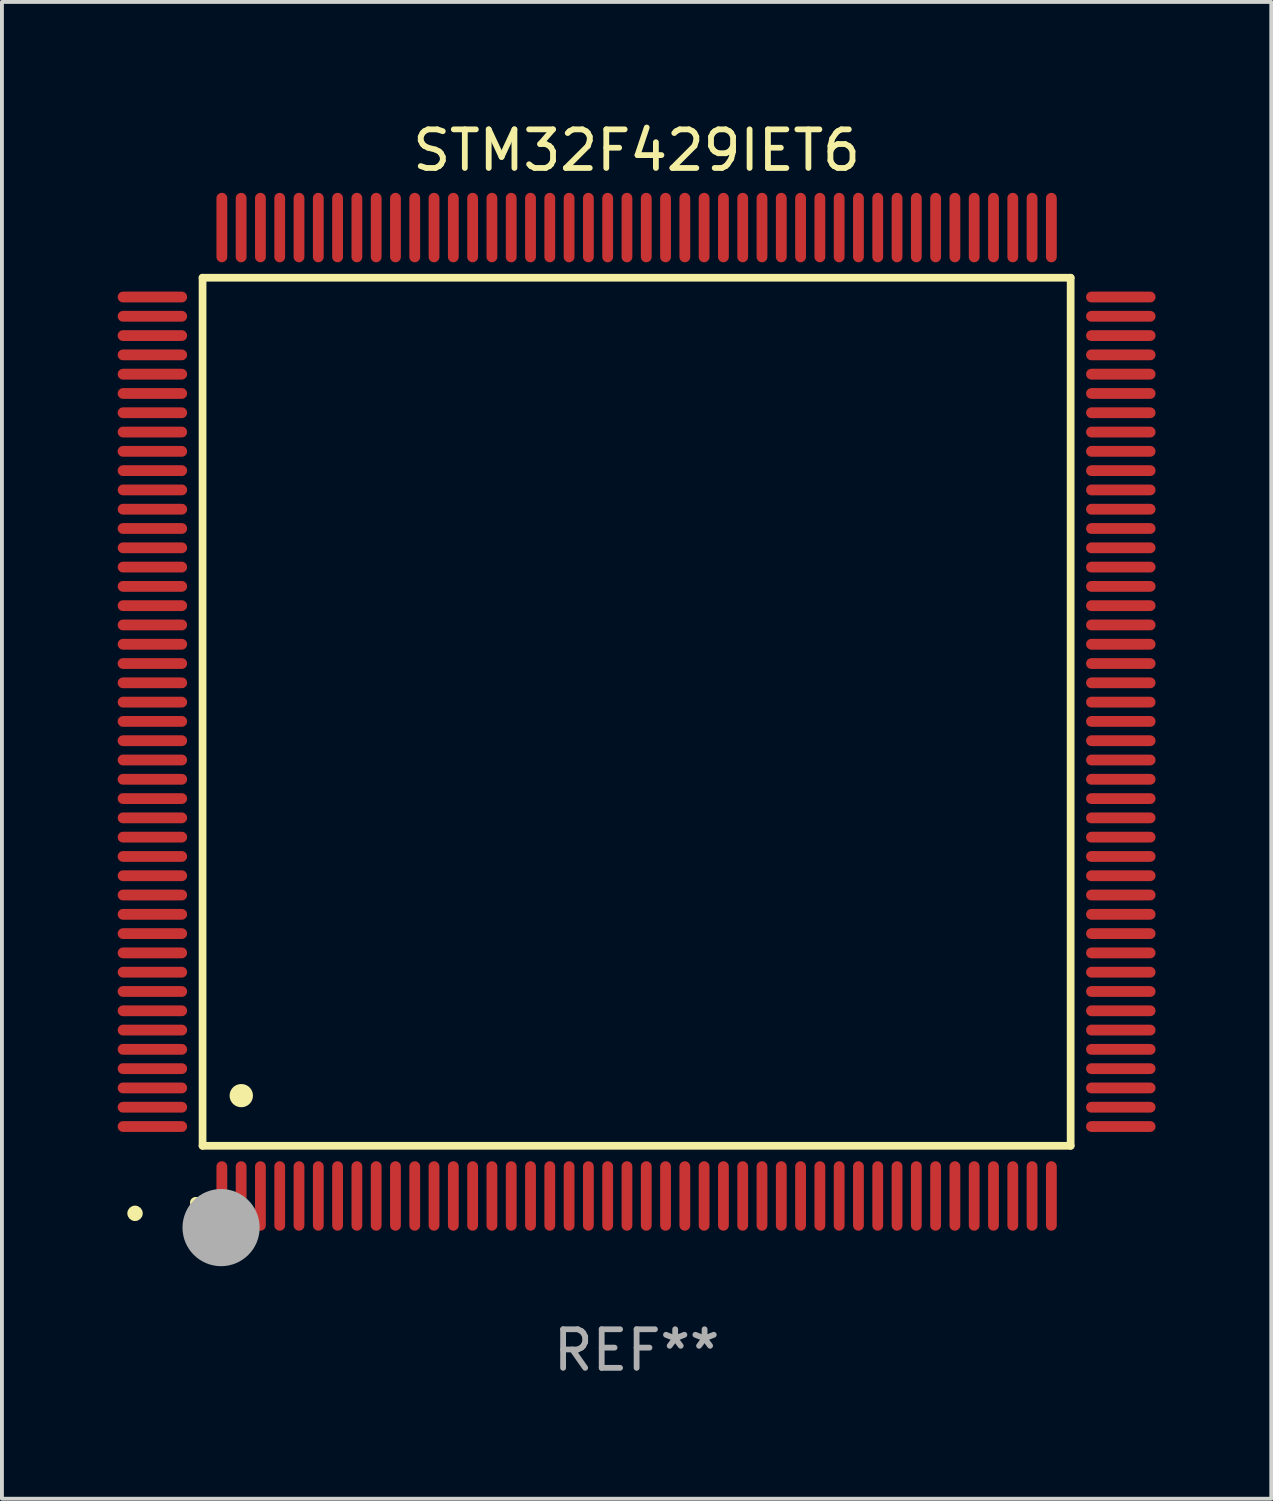
<source format=kicad_pcb>
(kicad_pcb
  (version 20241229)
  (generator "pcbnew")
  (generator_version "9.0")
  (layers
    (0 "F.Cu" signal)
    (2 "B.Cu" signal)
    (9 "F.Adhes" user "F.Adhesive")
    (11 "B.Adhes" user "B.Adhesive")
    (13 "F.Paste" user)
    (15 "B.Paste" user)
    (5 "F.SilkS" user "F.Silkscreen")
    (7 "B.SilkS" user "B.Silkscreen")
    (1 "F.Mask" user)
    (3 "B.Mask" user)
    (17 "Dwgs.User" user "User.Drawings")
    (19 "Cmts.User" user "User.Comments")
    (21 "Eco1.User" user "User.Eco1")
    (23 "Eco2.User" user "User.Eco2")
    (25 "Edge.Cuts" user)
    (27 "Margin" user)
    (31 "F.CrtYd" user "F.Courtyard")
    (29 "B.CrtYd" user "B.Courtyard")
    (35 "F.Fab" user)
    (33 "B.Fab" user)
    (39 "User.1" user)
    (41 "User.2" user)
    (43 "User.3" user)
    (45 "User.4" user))
  (footprint "STM32F429IET6"
    (layer "F.Cu")
    (at 13.45 15.398)
    (property "Reference" "STM32F429IET6" (at 0 -14.55 0) (layer "F.SilkS") (effects (font (size 1 1) (thickness 0.15))))
    (attr through_hole)
    (fp_line (start -11.25 -11.25) (end 11.25 -11.25) (stroke (width 0.2) (type solid)) (layer "F.SilkS"))
    (fp_line (start -11.25 11.25) (end -11.25 -11.25) (stroke (width 0.2) (type solid)) (layer "F.SilkS"))
    (fp_line (start 11.25 -11.25) (end 11.25 11.25) (stroke (width 0.2) (type solid)) (layer "F.SilkS"))
    (fp_line (start 11.25 11.25) (end -11.25 11.25) (stroke (width 0.2) (type solid)) (layer "F.SilkS"))
    (fp_arc (start -11.424943 12.725425) (mid -11.423673 12.72542) (end -11.422403 12.725425) (stroke (width 0.3) (type solid)) (layer "F.SilkS"))
    (fp_arc (start -10.24892 9.9492) (mid -10.24638 9.949189) (end -10.24384 9.9492) (stroke (width 0.6) (type solid)) (layer "F.SilkS"))
    (fp_circle (center -13 13) (end -12.9 13) (stroke (width 0.2) (type solid)) (fill no) (layer "F.SilkS"))
    (fp_circle (center -10.77 13.37) (end -10.27 13.37) (stroke (width 1) (type solid)) (fill no) (layer "F.Fab"))
    (fp_text user "REF**" (at 0 16.55 0) (layer "F.Fab") (effects (font (size 1 1) (thickness 0.15))))
    (pad "1" smd oval (at -10.75 12.55) (size 0.28 1.8) (layers "F.Cu" "F.Mask" "F.Paste"))
    (pad "2" smd oval (at -10.25 12.55) (size 0.28 1.8) (layers "F.Cu" "F.Mask" "F.Paste"))
    (pad "3" smd oval (at -9.75 12.55) (size 0.28 1.8) (layers "F.Cu" "F.Mask" "F.Paste"))
    (pad "4" smd oval (at -9.25 12.55) (size 0.28 1.8) (layers "F.Cu" "F.Mask" "F.Paste"))
    (pad "5" smd oval (at -8.75 12.55) (size 0.28 1.8) (layers "F.Cu" "F.Mask" "F.Paste"))
    (pad "6" smd oval (at -8.25 12.55) (size 0.28 1.8) (layers "F.Cu" "F.Mask" "F.Paste"))
    (pad "7" smd oval (at -7.75 12.55) (size 0.28 1.8) (layers "F.Cu" "F.Mask" "F.Paste"))
    (pad "8" smd oval (at -7.25 12.55) (size 0.28 1.8) (layers "F.Cu" "F.Mask" "F.Paste"))
    (pad "9" smd oval (at -6.75 12.55) (size 0.28 1.8) (layers "F.Cu" "F.Mask" "F.Paste"))
    (pad "10" smd oval (at -6.25 12.55) (size 0.28 1.8) (layers "F.Cu" "F.Mask" "F.Paste"))
    (pad "11" smd oval (at -5.75 12.55) (size 0.28 1.8) (layers "F.Cu" "F.Mask" "F.Paste"))
    (pad "12" smd oval (at -5.25 12.55) (size 0.28 1.8) (layers "F.Cu" "F.Mask" "F.Paste"))
    (pad "13" smd oval (at -4.75 12.55) (size 0.28 1.8) (layers "F.Cu" "F.Mask" "F.Paste"))
    (pad "14" smd oval (at -4.25 12.55) (size 0.28 1.8) (layers "F.Cu" "F.Mask" "F.Paste"))
    (pad "15" smd oval (at -3.75 12.55) (size 0.28 1.8) (layers "F.Cu" "F.Mask" "F.Paste"))
    (pad "16" smd oval (at -3.25 12.55) (size 0.28 1.8) (layers "F.Cu" "F.Mask" "F.Paste"))
    (pad "17" smd oval (at -2.75 12.55) (size 0.28 1.8) (layers "F.Cu" "F.Mask" "F.Paste"))
    (pad "18" smd oval (at -2.25 12.55) (size 0.28 1.8) (layers "F.Cu" "F.Mask" "F.Paste"))
    (pad "19" smd oval (at -1.75 12.55) (size 0.28 1.8) (layers "F.Cu" "F.Mask" "F.Paste"))
    (pad "20" smd oval (at -1.25 12.55) (size 0.28 1.8) (layers "F.Cu" "F.Mask" "F.Paste"))
    (pad "21" smd oval (at -0.75 12.55) (size 0.28 1.8) (layers "F.Cu" "F.Mask" "F.Paste"))
    (pad "22" smd oval (at -0.25 12.55) (size 0.28 1.8) (layers "F.Cu" "F.Mask" "F.Paste"))
    (pad "23" smd oval (at 0.25 12.55) (size 0.28 1.8) (layers "F.Cu" "F.Mask" "F.Paste"))
    (pad "24" smd oval (at 0.75 12.55) (size 0.28 1.8) (layers "F.Cu" "F.Mask" "F.Paste"))
    (pad "25" smd oval (at 1.25 12.55) (size 0.28 1.8) (layers "F.Cu" "F.Mask" "F.Paste"))
    (pad "26" smd oval (at 1.75 12.55) (size 0.28 1.8) (layers "F.Cu" "F.Mask" "F.Paste"))
    (pad "27" smd oval (at 2.25 12.55) (size 0.28 1.8) (layers "F.Cu" "F.Mask" "F.Paste"))
    (pad "28" smd oval (at 2.75 12.55) (size 0.28 1.8) (layers "F.Cu" "F.Mask" "F.Paste"))
    (pad "29" smd oval (at 3.25 12.55) (size 0.28 1.8) (layers "F.Cu" "F.Mask" "F.Paste"))
    (pad "30" smd oval (at 3.75 12.55) (size 0.28 1.8) (layers "F.Cu" "F.Mask" "F.Paste"))
    (pad "31" smd oval (at 4.25 12.55) (size 0.28 1.8) (layers "F.Cu" "F.Mask" "F.Paste"))
    (pad "32" smd oval (at 4.75 12.55) (size 0.28 1.8) (layers "F.Cu" "F.Mask" "F.Paste"))
    (pad "33" smd oval (at 5.25 12.55) (size 0.28 1.8) (layers "F.Cu" "F.Mask" "F.Paste"))
    (pad "34" smd oval (at 5.75 12.55) (size 0.28 1.8) (layers "F.Cu" "F.Mask" "F.Paste"))
    (pad "35" smd oval (at 6.25 12.55) (size 0.28 1.8) (layers "F.Cu" "F.Mask" "F.Paste"))
    (pad "36" smd oval (at 6.75 12.55) (size 0.28 1.8) (layers "F.Cu" "F.Mask" "F.Paste"))
    (pad "37" smd oval (at 7.25 12.55) (size 0.28 1.8) (layers "F.Cu" "F.Mask" "F.Paste"))
    (pad "38" smd oval (at 7.75 12.55) (size 0.28 1.8) (layers "F.Cu" "F.Mask" "F.Paste"))
    (pad "39" smd oval (at 8.25 12.55) (size 0.28 1.8) (layers "F.Cu" "F.Mask" "F.Paste"))
    (pad "40" smd oval (at 8.75 12.55) (size 0.28 1.8) (layers "F.Cu" "F.Mask" "F.Paste"))
    (pad "41" smd oval (at 9.25 12.55) (size 0.28 1.8) (layers "F.Cu" "F.Mask" "F.Paste"))
    (pad "42" smd oval (at 9.75 12.55) (size 0.28 1.8) (layers "F.Cu" "F.Mask" "F.Paste"))
    (pad "43" smd oval (at 10.25 12.55) (size 0.28 1.8) (layers "F.Cu" "F.Mask" "F.Paste"))
    (pad "44" smd oval (at 10.75 12.55) (size 0.28 1.8) (layers "F.Cu" "F.Mask" "F.Paste"))
    (pad "45" smd oval (at 12.55 10.75) (size 1.8 0.28) (layers "F.Cu" "F.Mask" "F.Paste"))
    (pad "46" smd oval (at 12.55 10.25) (size 1.8 0.28) (layers "F.Cu" "F.Mask" "F.Paste"))
    (pad "47" smd oval (at 12.55 9.75) (size 1.8 0.28) (layers "F.Cu" "F.Mask" "F.Paste"))
    (pad "48" smd oval (at 12.55 9.25) (size 1.8 0.28) (layers "F.Cu" "F.Mask" "F.Paste"))
    (pad "49" smd oval (at 12.55 8.75) (size 1.8 0.28) (layers "F.Cu" "F.Mask" "F.Paste"))
    (pad "50" smd oval (at 12.55 8.25) (size 1.8 0.28) (layers "F.Cu" "F.Mask" "F.Paste"))
    (pad "51" smd oval (at 12.55 7.75) (size 1.8 0.28) (layers "F.Cu" "F.Mask" "F.Paste"))
    (pad "52" smd oval (at 12.55 7.25) (size 1.8 0.28) (layers "F.Cu" "F.Mask" "F.Paste"))
    (pad "53" smd oval (at 12.55 6.75) (size 1.8 0.28) (layers "F.Cu" "F.Mask" "F.Paste"))
    (pad "54" smd oval (at 12.55 6.25) (size 1.8 0.28) (layers "F.Cu" "F.Mask" "F.Paste"))
    (pad "55" smd oval (at 12.55 5.75) (size 1.8 0.28) (layers "F.Cu" "F.Mask" "F.Paste"))
    (pad "56" smd oval (at 12.55 5.25) (size 1.8 0.28) (layers "F.Cu" "F.Mask" "F.Paste"))
    (pad "57" smd oval (at 12.55 4.75) (size 1.8 0.28) (layers "F.Cu" "F.Mask" "F.Paste"))
    (pad "58" smd oval (at 12.55 4.25) (size 1.8 0.28) (layers "F.Cu" "F.Mask" "F.Paste"))
    (pad "59" smd oval (at 12.55 3.75) (size 1.8 0.28) (layers "F.Cu" "F.Mask" "F.Paste"))
    (pad "60" smd oval (at 12.55 3.25) (size 1.8 0.28) (layers "F.Cu" "F.Mask" "F.Paste"))
    (pad "61" smd oval (at 12.55 2.75) (size 1.8 0.28) (layers "F.Cu" "F.Mask" "F.Paste"))
    (pad "62" smd oval (at 12.55 2.25) (size 1.8 0.28) (layers "F.Cu" "F.Mask" "F.Paste"))
    (pad "63" smd oval (at 12.55 1.75) (size 1.8 0.28) (layers "F.Cu" "F.Mask" "F.Paste"))
    (pad "64" smd oval (at 12.55 1.25) (size 1.8 0.28) (layers "F.Cu" "F.Mask" "F.Paste"))
    (pad "65" smd oval (at 12.55 0.75) (size 1.8 0.28) (layers "F.Cu" "F.Mask" "F.Paste"))
    (pad "66" smd oval (at 12.55 0.25) (size 1.8 0.28) (layers "F.Cu" "F.Mask" "F.Paste"))
    (pad "67" smd oval (at 12.55 -0.25) (size 1.8 0.28) (layers "F.Cu" "F.Mask" "F.Paste"))
    (pad "68" smd oval (at 12.55 -0.75) (size 1.8 0.28) (layers "F.Cu" "F.Mask" "F.Paste"))
    (pad "69" smd oval (at 12.55 -1.25) (size 1.8 0.28) (layers "F.Cu" "F.Mask" "F.Paste"))
    (pad "70" smd oval (at 12.55 -1.75) (size 1.8 0.28) (layers "F.Cu" "F.Mask" "F.Paste"))
    (pad "71" smd oval (at 12.55 -2.25) (size 1.8 0.28) (layers "F.Cu" "F.Mask" "F.Paste"))
    (pad "72" smd oval (at 12.55 -2.75) (size 1.8 0.28) (layers "F.Cu" "F.Mask" "F.Paste"))
    (pad "73" smd oval (at 12.55 -3.25) (size 1.8 0.28) (layers "F.Cu" "F.Mask" "F.Paste"))
    (pad "74" smd oval (at 12.55 -3.75) (size 1.8 0.28) (layers "F.Cu" "F.Mask" "F.Paste"))
    (pad "75" smd oval (at 12.55 -4.25) (size 1.8 0.28) (layers "F.Cu" "F.Mask" "F.Paste"))
    (pad "76" smd oval (at 12.55 -4.75) (size 1.8 0.28) (layers "F.Cu" "F.Mask" "F.Paste"))
    (pad "77" smd oval (at 12.55 -5.25) (size 1.8 0.28) (layers "F.Cu" "F.Mask" "F.Paste"))
    (pad "78" smd oval (at 12.55 -5.75) (size 1.8 0.28) (layers "F.Cu" "F.Mask" "F.Paste"))
    (pad "79" smd oval (at 12.55 -6.25) (size 1.8 0.28) (layers "F.Cu" "F.Mask" "F.Paste"))
    (pad "80" smd oval (at 12.55 -6.75) (size 1.8 0.28) (layers "F.Cu" "F.Mask" "F.Paste"))
    (pad "81" smd oval (at 12.55 -7.25) (size 1.8 0.28) (layers "F.Cu" "F.Mask" "F.Paste"))
    (pad "82" smd oval (at 12.55 -7.75) (size 1.8 0.28) (layers "F.Cu" "F.Mask" "F.Paste"))
    (pad "83" smd oval (at 12.55 -8.25) (size 1.8 0.28) (layers "F.Cu" "F.Mask" "F.Paste"))
    (pad "84" smd oval (at 12.55 -8.75) (size 1.8 0.28) (layers "F.Cu" "F.Mask" "F.Paste"))
    (pad "85" smd oval (at 12.55 -9.25) (size 1.8 0.28) (layers "F.Cu" "F.Mask" "F.Paste"))
    (pad "86" smd oval (at 12.55 -9.75) (size 1.8 0.28) (layers "F.Cu" "F.Mask" "F.Paste"))
    (pad "87" smd oval (at 12.55 -10.25) (size 1.8 0.28) (layers "F.Cu" "F.Mask" "F.Paste"))
    (pad "88" smd oval (at 12.55 -10.75) (size 1.8 0.28) (layers "F.Cu" "F.Mask" "F.Paste"))
    (pad "89" smd oval (at 10.75 -12.55) (size 0.28 1.8) (layers "F.Cu" "F.Mask" "F.Paste"))
    (pad "90" smd oval (at 10.25 -12.55) (size 0.28 1.8) (layers "F.Cu" "F.Mask" "F.Paste"))
    (pad "91" smd oval (at 9.75 -12.55) (size 0.28 1.8) (layers "F.Cu" "F.Mask" "F.Paste"))
    (pad "92" smd oval (at 9.25 -12.55) (size 0.28 1.8) (layers "F.Cu" "F.Mask" "F.Paste"))
    (pad "93" smd oval (at 8.75 -12.55) (size 0.28 1.8) (layers "F.Cu" "F.Mask" "F.Paste"))
    (pad "94" smd oval (at 8.25 -12.55) (size 0.28 1.8) (layers "F.Cu" "F.Mask" "F.Paste"))
    (pad "95" smd oval (at 7.75 -12.55) (size 0.28 1.8) (layers "F.Cu" "F.Mask" "F.Paste"))
    (pad "96" smd oval (at 7.25 -12.55) (size 0.28 1.8) (layers "F.Cu" "F.Mask" "F.Paste"))
    (pad "97" smd oval (at 6.75 -12.55) (size 0.28 1.8) (layers "F.Cu" "F.Mask" "F.Paste"))
    (pad "98" smd oval (at 6.25 -12.55) (size 0.28 1.8) (layers "F.Cu" "F.Mask" "F.Paste"))
    (pad "99" smd oval (at 5.75 -12.55) (size 0.28 1.8) (layers "F.Cu" "F.Mask" "F.Paste"))
    (pad "100" smd oval (at 5.25 -12.55) (size 0.28 1.8) (layers "F.Cu" "F.Mask" "F.Paste"))
    (pad "101" smd oval (at 4.75 -12.55) (size 0.28 1.8) (layers "F.Cu" "F.Mask" "F.Paste"))
    (pad "102" smd oval (at 4.25 -12.55) (size 0.28 1.8) (layers "F.Cu" "F.Mask" "F.Paste"))
    (pad "103" smd oval (at 3.75 -12.55) (size 0.28 1.8) (layers "F.Cu" "F.Mask" "F.Paste"))
    (pad "104" smd oval (at 3.25 -12.55) (size 0.28 1.8) (layers "F.Cu" "F.Mask" "F.Paste"))
    (pad "105" smd oval (at 2.75 -12.55) (size 0.28 1.8) (layers "F.Cu" "F.Mask" "F.Paste"))
    (pad "106" smd oval (at 2.25 -12.55) (size 0.28 1.8) (layers "F.Cu" "F.Mask" "F.Paste"))
    (pad "107" smd oval (at 1.75 -12.55) (size 0.28 1.8) (layers "F.Cu" "F.Mask" "F.Paste"))
    (pad "108" smd oval (at 1.25 -12.55) (size 0.28 1.8) (layers "F.Cu" "F.Mask" "F.Paste"))
    (pad "109" smd oval (at 0.75 -12.55) (size 0.28 1.8) (layers "F.Cu" "F.Mask" "F.Paste"))
    (pad "110" smd oval (at 0.25 -12.55) (size 0.28 1.8) (layers "F.Cu" "F.Mask" "F.Paste"))
    (pad "111" smd oval (at -0.25 -12.55) (size 0.28 1.8) (layers "F.Cu" "F.Mask" "F.Paste"))
    (pad "112" smd oval (at -0.75 -12.55) (size 0.28 1.8) (layers "F.Cu" "F.Mask" "F.Paste"))
    (pad "113" smd oval (at -1.25 -12.55) (size 0.28 1.8) (layers "F.Cu" "F.Mask" "F.Paste"))
    (pad "114" smd oval (at -1.75 -12.55) (size 0.28 1.8) (layers "F.Cu" "F.Mask" "F.Paste"))
    (pad "115" smd oval (at -2.25 -12.55) (size 0.28 1.8) (layers "F.Cu" "F.Mask" "F.Paste"))
    (pad "116" smd oval (at -2.75 -12.55) (size 0.28 1.8) (layers "F.Cu" "F.Mask" "F.Paste"))
    (pad "117" smd oval (at -3.25 -12.55) (size 0.28 1.8) (layers "F.Cu" "F.Mask" "F.Paste"))
    (pad "118" smd oval (at -3.75 -12.55) (size 0.28 1.8) (layers "F.Cu" "F.Mask" "F.Paste"))
    (pad "119" smd oval (at -4.25 -12.55) (size 0.28 1.8) (layers "F.Cu" "F.Mask" "F.Paste"))
    (pad "120" smd oval (at -4.75 -12.55) (size 0.28 1.8) (layers "F.Cu" "F.Mask" "F.Paste"))
    (pad "121" smd oval (at -5.25 -12.55) (size 0.28 1.8) (layers "F.Cu" "F.Mask" "F.Paste"))
    (pad "122" smd oval (at -5.75 -12.55) (size 0.28 1.8) (layers "F.Cu" "F.Mask" "F.Paste"))
    (pad "123" smd oval (at -6.25 -12.55) (size 0.28 1.8) (layers "F.Cu" "F.Mask" "F.Paste"))
    (pad "124" smd oval (at -6.75 -12.55) (size 0.28 1.8) (layers "F.Cu" "F.Mask" "F.Paste"))
    (pad "125" smd oval (at -7.25 -12.55) (size 0.28 1.8) (layers "F.Cu" "F.Mask" "F.Paste"))
    (pad "126" smd oval (at -7.75 -12.55) (size 0.28 1.8) (layers "F.Cu" "F.Mask" "F.Paste"))
    (pad "127" smd oval (at -8.25 -12.55) (size 0.28 1.8) (layers "F.Cu" "F.Mask" "F.Paste"))
    (pad "128" smd oval (at -8.75 -12.55) (size 0.28 1.8) (layers "F.Cu" "F.Mask" "F.Paste"))
    (pad "129" smd oval (at -9.25 -12.55) (size 0.28 1.8) (layers "F.Cu" "F.Mask" "F.Paste"))
    (pad "130" smd oval (at -9.75 -12.55) (size 0.28 1.8) (layers "F.Cu" "F.Mask" "F.Paste"))
    (pad "131" smd oval (at -10.25 -12.55) (size 0.28 1.8) (layers "F.Cu" "F.Mask" "F.Paste"))
    (pad "132" smd oval (at -10.75 -12.55) (size 0.28 1.8) (layers "F.Cu" "F.Mask" "F.Paste"))
    (pad "133" smd oval (at -12.55 -10.75) (size 1.8 0.28) (layers "F.Cu" "F.Mask" "F.Paste"))
    (pad "134" smd oval (at -12.55 -10.25) (size 1.8 0.28) (layers "F.Cu" "F.Mask" "F.Paste"))
    (pad "135" smd oval (at -12.55 -9.75) (size 1.8 0.28) (layers "F.Cu" "F.Mask" "F.Paste"))
    (pad "136" smd oval (at -12.55 -9.25) (size 1.8 0.28) (layers "F.Cu" "F.Mask" "F.Paste"))
    (pad "137" smd oval (at -12.55 -8.75) (size 1.8 0.28) (layers "F.Cu" "F.Mask" "F.Paste"))
    (pad "138" smd oval (at -12.55 -8.25) (size 1.8 0.28) (layers "F.Cu" "F.Mask" "F.Paste"))
    (pad "139" smd oval (at -12.55 -7.75) (size 1.8 0.28) (layers "F.Cu" "F.Mask" "F.Paste"))
    (pad "140" smd oval (at -12.55 -7.25) (size 1.8 0.28) (layers "F.Cu" "F.Mask" "F.Paste"))
    (pad "141" smd oval (at -12.55 -6.75) (size 1.8 0.28) (layers "F.Cu" "F.Mask" "F.Paste"))
    (pad "142" smd oval (at -12.55 -6.25) (size 1.8 0.28) (layers "F.Cu" "F.Mask" "F.Paste"))
    (pad "143" smd oval (at -12.55 -5.75) (size 1.8 0.28) (layers "F.Cu" "F.Mask" "F.Paste"))
    (pad "144" smd oval (at -12.55 -5.25) (size 1.8 0.28) (layers "F.Cu" "F.Mask" "F.Paste"))
    (pad "145" smd oval (at -12.55 -4.75) (size 1.8 0.28) (layers "F.Cu" "F.Mask" "F.Paste"))
    (pad "146" smd oval (at -12.55 -4.25) (size 1.8 0.28) (layers "F.Cu" "F.Mask" "F.Paste"))
    (pad "147" smd oval (at -12.55 -3.75) (size 1.8 0.28) (layers "F.Cu" "F.Mask" "F.Paste"))
    (pad "148" smd oval (at -12.55 -3.25) (size 1.8 0.28) (layers "F.Cu" "F.Mask" "F.Paste"))
    (pad "149" smd oval (at -12.55 -2.75) (size 1.8 0.28) (layers "F.Cu" "F.Mask" "F.Paste"))
    (pad "150" smd oval (at -12.55 -2.25) (size 1.8 0.28) (layers "F.Cu" "F.Mask" "F.Paste"))
    (pad "151" smd oval (at -12.55 -1.75) (size 1.8 0.28) (layers "F.Cu" "F.Mask" "F.Paste"))
    (pad "152" smd oval (at -12.55 -1.25) (size 1.8 0.28) (layers "F.Cu" "F.Mask" "F.Paste"))
    (pad "153" smd oval (at -12.55 -0.75) (size 1.8 0.28) (layers "F.Cu" "F.Mask" "F.Paste"))
    (pad "154" smd oval (at -12.55 -0.25) (size 1.8 0.28) (layers "F.Cu" "F.Mask" "F.Paste"))
    (pad "155" smd oval (at -12.55 0.25) (size 1.8 0.28) (layers "F.Cu" "F.Mask" "F.Paste"))
    (pad "156" smd oval (at -12.55 0.75) (size 1.8 0.28) (layers "F.Cu" "F.Mask" "F.Paste"))
    (pad "157" smd oval (at -12.55 1.25) (size 1.8 0.28) (layers "F.Cu" "F.Mask" "F.Paste"))
    (pad "158" smd oval (at -12.55 1.75) (size 1.8 0.28) (layers "F.Cu" "F.Mask" "F.Paste"))
    (pad "159" smd oval (at -12.55 2.25) (size 1.8 0.28) (layers "F.Cu" "F.Mask" "F.Paste"))
    (pad "160" smd oval (at -12.55 2.75) (size 1.8 0.28) (layers "F.Cu" "F.Mask" "F.Paste"))
    (pad "161" smd oval (at -12.55 3.25) (size 1.8 0.28) (layers "F.Cu" "F.Mask" "F.Paste"))
    (pad "162" smd oval (at -12.55 3.75) (size 1.8 0.28) (layers "F.Cu" "F.Mask" "F.Paste"))
    (pad "163" smd oval (at -12.55 4.25) (size 1.8 0.28) (layers "F.Cu" "F.Mask" "F.Paste"))
    (pad "164" smd oval (at -12.55 4.75) (size 1.8 0.28) (layers "F.Cu" "F.Mask" "F.Paste"))
    (pad "165" smd oval (at -12.55 5.25) (size 1.8 0.28) (layers "F.Cu" "F.Mask" "F.Paste"))
    (pad "166" smd oval (at -12.55 5.75) (size 1.8 0.28) (layers "F.Cu" "F.Mask" "F.Paste"))
    (pad "167" smd oval (at -12.55 6.25) (size 1.8 0.28) (layers "F.Cu" "F.Mask" "F.Paste"))
    (pad "168" smd oval (at -12.55 6.75) (size 1.8 0.28) (layers "F.Cu" "F.Mask" "F.Paste"))
    (pad "169" smd oval (at -12.55 7.25) (size 1.8 0.28) (layers "F.Cu" "F.Mask" "F.Paste"))
    (pad "170" smd oval (at -12.55 7.75) (size 1.8 0.28) (layers "F.Cu" "F.Mask" "F.Paste"))
    (pad "171" smd oval (at -12.55 8.25) (size 1.8 0.28) (layers "F.Cu" "F.Mask" "F.Paste"))
    (pad "172" smd oval (at -12.55 8.75) (size 1.8 0.28) (layers "F.Cu" "F.Mask" "F.Paste"))
    (pad "173" smd oval (at -12.55 9.25) (size 1.8 0.28) (layers "F.Cu" "F.Mask" "F.Paste"))
    (pad "174" smd oval (at -12.55 9.75) (size 1.8 0.28) (layers "F.Cu" "F.Mask" "F.Paste"))
    (pad "175" smd oval (at -12.55 10.25) (size 1.8 0.28) (layers "F.Cu" "F.Mask" "F.Paste"))
    (pad "176" smd oval (at -12.55 10.75) (size 1.8 0.28) (layers "F.Cu" "F.Mask" "F.Paste")))
  (gr_rect
    (start -3 -3)
    (end 29.9 35.796)
    (stroke (width 0.1) (type default))
    (fill no)
    (layer "Edge.Cuts")))
</source>
